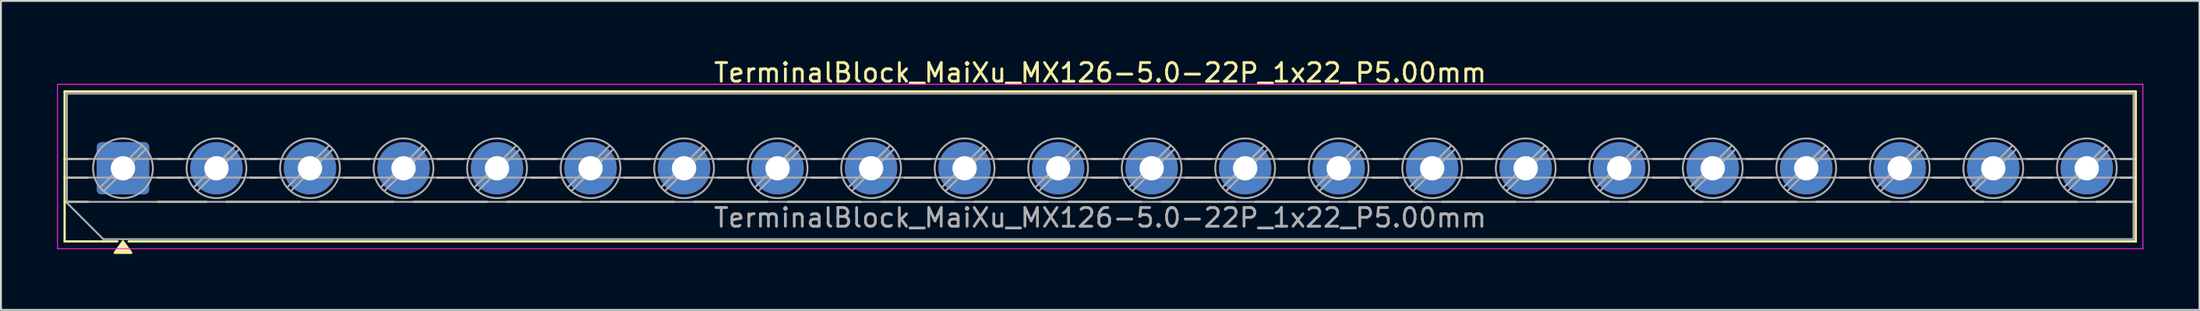
<source format=kicad_pcb>
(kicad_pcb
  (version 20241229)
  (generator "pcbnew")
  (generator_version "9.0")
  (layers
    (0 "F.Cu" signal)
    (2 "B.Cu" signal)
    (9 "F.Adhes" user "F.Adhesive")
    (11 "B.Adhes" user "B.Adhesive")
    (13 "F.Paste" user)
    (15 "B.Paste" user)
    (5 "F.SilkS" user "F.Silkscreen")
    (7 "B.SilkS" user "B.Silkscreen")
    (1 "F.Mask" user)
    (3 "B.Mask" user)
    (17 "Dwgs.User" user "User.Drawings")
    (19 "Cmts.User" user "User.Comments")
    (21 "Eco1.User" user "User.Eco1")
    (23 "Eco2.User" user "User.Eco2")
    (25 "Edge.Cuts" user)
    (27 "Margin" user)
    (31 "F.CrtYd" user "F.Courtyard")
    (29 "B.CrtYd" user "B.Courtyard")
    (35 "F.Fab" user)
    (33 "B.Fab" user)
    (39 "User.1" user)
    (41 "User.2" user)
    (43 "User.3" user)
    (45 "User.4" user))
  (footprint "TerminalBlock_MaiXu_MX126-5.0-22P_1x22_P5.00mm"
    (layer "F.Cu")
    (at 3.525 5.968)
    (property "Reference" "TerminalBlock_MaiXu_MX126-5.0-22P_1x22_P5.00mm" (at 52.25 -5.12 0) (layer "F.SilkS") (effects (font (size 1 1) (thickness 0.15))))
    (attr through_hole)
    (fp_line (start -3.12 -4.12) (end 107.62 -4.12) (stroke (width 0.12) (type solid)) (layer "F.SilkS"))
    (fp_line (start -3.12 -0.5) (end -1.88 -0.5) (stroke (width 0.12) (type solid)) (layer "F.SilkS"))
    (fp_line (start -3.12 0.5) (end -1.88 0.5) (stroke (width 0.12) (type solid)) (layer "F.SilkS"))
    (fp_line (start -3.12 1.8) (end -1.88 1.8) (stroke (width 0.12) (type solid)) (layer "F.SilkS"))
    (fp_line (start -3.12 3.92) (end -3.12 -4.12) (stroke (width 0.12) (type solid)) (layer "F.SilkS"))
    (fp_line (start -0.3 3.92) (end -3.12 3.92) (stroke (width 0.12) (type solid)) (layer "F.SilkS"))
    (fp_line (start 1.88 -0.5) (end 3.188 -0.5) (stroke (width 0.12) (type solid)) (layer "F.SilkS"))
    (fp_line (start 1.88 0.5) (end 3.188 0.5) (stroke (width 0.12) (type solid)) (layer "F.SilkS"))
    (fp_line (start 1.88 1.8) (end 4.457 1.8) (stroke (width 0.12) (type solid)) (layer "F.SilkS"))
    (fp_line (start 5.543 1.8) (end 9.457 1.8) (stroke (width 0.12) (type solid)) (layer "F.SilkS"))
    (fp_line (start 6.812 -0.5) (end 8.188 -0.5) (stroke (width 0.12) (type solid)) (layer "F.SilkS"))
    (fp_line (start 6.812 0.5) (end 8.188 0.5) (stroke (width 0.12) (type solid)) (layer "F.SilkS"))
    (fp_line (start 10.543 1.8) (end 14.457 1.8) (stroke (width 0.12) (type solid)) (layer "F.SilkS"))
    (fp_line (start 11.812 -0.5) (end 13.188 -0.5) (stroke (width 0.12) (type solid)) (layer "F.SilkS"))
    (fp_line (start 11.812 0.5) (end 13.188 0.5) (stroke (width 0.12) (type solid)) (layer "F.SilkS"))
    (fp_line (start 15.543 1.8) (end 19.457 1.8) (stroke (width 0.12) (type solid)) (layer "F.SilkS"))
    (fp_line (start 16.812 -0.5) (end 18.188 -0.5) (stroke (width 0.12) (type solid)) (layer "F.SilkS"))
    (fp_line (start 16.812 0.5) (end 18.188 0.5) (stroke (width 0.12) (type solid)) (layer "F.SilkS"))
    (fp_line (start 20.543 1.8) (end 24.457 1.8) (stroke (width 0.12) (type solid)) (layer "F.SilkS"))
    (fp_line (start 21.812 -0.5) (end 23.188 -0.5) (stroke (width 0.12) (type solid)) (layer "F.SilkS"))
    (fp_line (start 21.812 0.5) (end 23.188 0.5) (stroke (width 0.12) (type solid)) (layer "F.SilkS"))
    (fp_line (start 25.543 1.8) (end 29.457 1.8) (stroke (width 0.12) (type solid)) (layer "F.SilkS"))
    (fp_line (start 26.812 -0.5) (end 28.188 -0.5) (stroke (width 0.12) (type solid)) (layer "F.SilkS"))
    (fp_line (start 26.812 0.5) (end 28.188 0.5) (stroke (width 0.12) (type solid)) (layer "F.SilkS"))
    (fp_line (start 30.543 1.8) (end 34.457 1.8) (stroke (width 0.12) (type solid)) (layer "F.SilkS"))
    (fp_line (start 31.812 -0.5) (end 33.188 -0.5) (stroke (width 0.12) (type solid)) (layer "F.SilkS"))
    (fp_line (start 31.812 0.5) (end 33.188 0.5) (stroke (width 0.12) (type solid)) (layer "F.SilkS"))
    (fp_line (start 35.543 1.8) (end 39.457 1.8) (stroke (width 0.12) (type solid)) (layer "F.SilkS"))
    (fp_line (start 36.812 -0.5) (end 38.188 -0.5) (stroke (width 0.12) (type solid)) (layer "F.SilkS"))
    (fp_line (start 36.812 0.5) (end 38.188 0.5) (stroke (width 0.12) (type solid)) (layer "F.SilkS"))
    (fp_line (start 40.543 1.8) (end 44.457 1.8) (stroke (width 0.12) (type solid)) (layer "F.SilkS"))
    (fp_line (start 41.812 -0.5) (end 43.188 -0.5) (stroke (width 0.12) (type solid)) (layer "F.SilkS"))
    (fp_line (start 41.812 0.5) (end 43.188 0.5) (stroke (width 0.12) (type solid)) (layer "F.SilkS"))
    (fp_line (start 45.543 1.8) (end 49.457 1.8) (stroke (width 0.12) (type solid)) (layer "F.SilkS"))
    (fp_line (start 46.812 -0.5) (end 48.188 -0.5) (stroke (width 0.12) (type solid)) (layer "F.SilkS"))
    (fp_line (start 46.812 0.5) (end 48.188 0.5) (stroke (width 0.12) (type solid)) (layer "F.SilkS"))
    (fp_line (start 50.543 1.8) (end 54.457 1.8) (stroke (width 0.12) (type solid)) (layer "F.SilkS"))
    (fp_line (start 51.812 -0.5) (end 53.188 -0.5) (stroke (width 0.12) (type solid)) (layer "F.SilkS"))
    (fp_line (start 51.812 0.5) (end 53.188 0.5) (stroke (width 0.12) (type solid)) (layer "F.SilkS"))
    (fp_line (start 55.543 1.8) (end 59.457 1.8) (stroke (width 0.12) (type solid)) (layer "F.SilkS"))
    (fp_line (start 56.812 -0.5) (end 58.188 -0.5) (stroke (width 0.12) (type solid)) (layer "F.SilkS"))
    (fp_line (start 56.812 0.5) (end 58.188 0.5) (stroke (width 0.12) (type solid)) (layer "F.SilkS"))
    (fp_line (start 60.543 1.8) (end 64.457 1.8) (stroke (width 0.12) (type solid)) (layer "F.SilkS"))
    (fp_line (start 61.812 -0.5) (end 63.188 -0.5) (stroke (width 0.12) (type solid)) (layer "F.SilkS"))
    (fp_line (start 61.812 0.5) (end 63.188 0.5) (stroke (width 0.12) (type solid)) (layer "F.SilkS"))
    (fp_line (start 65.543 1.8) (end 69.457 1.8) (stroke (width 0.12) (type solid)) (layer "F.SilkS"))
    (fp_line (start 66.812 -0.5) (end 68.188 -0.5) (stroke (width 0.12) (type solid)) (layer "F.SilkS"))
    (fp_line (start 66.812 0.5) (end 68.188 0.5) (stroke (width 0.12) (type solid)) (layer "F.SilkS"))
    (fp_line (start 70.543 1.8) (end 74.457 1.8) (stroke (width 0.12) (type solid)) (layer "F.SilkS"))
    (fp_line (start 71.812 -0.5) (end 73.188 -0.5) (stroke (width 0.12) (type solid)) (layer "F.SilkS"))
    (fp_line (start 71.812 0.5) (end 73.188 0.5) (stroke (width 0.12) (type solid)) (layer "F.SilkS"))
    (fp_line (start 75.543 1.8) (end 79.457 1.8) (stroke (width 0.12) (type solid)) (layer "F.SilkS"))
    (fp_line (start 76.812 -0.5) (end 78.188 -0.5) (stroke (width 0.12) (type solid)) (layer "F.SilkS"))
    (fp_line (start 76.812 0.5) (end 78.188 0.5) (stroke (width 0.12) (type solid)) (layer "F.SilkS"))
    (fp_line (start 80.543 1.8) (end 84.457 1.8) (stroke (width 0.12) (type solid)) (layer "F.SilkS"))
    (fp_line (start 81.812 -0.5) (end 83.188 -0.5) (stroke (width 0.12) (type solid)) (layer "F.SilkS"))
    (fp_line (start 81.812 0.5) (end 83.188 0.5) (stroke (width 0.12) (type solid)) (layer "F.SilkS"))
    (fp_line (start 85.543 1.8) (end 89.457 1.8) (stroke (width 0.12) (type solid)) (layer "F.SilkS"))
    (fp_line (start 86.812 -0.5) (end 88.188 -0.5) (stroke (width 0.12) (type solid)) (layer "F.SilkS"))
    (fp_line (start 86.812 0.5) (end 88.188 0.5) (stroke (width 0.12) (type solid)) (layer "F.SilkS"))
    (fp_line (start 90.543 1.8) (end 94.457 1.8) (stroke (width 0.12) (type solid)) (layer "F.SilkS"))
    (fp_line (start 91.812 -0.5) (end 93.188 -0.5) (stroke (width 0.12) (type solid)) (layer "F.SilkS"))
    (fp_line (start 91.812 0.5) (end 93.188 0.5) (stroke (width 0.12) (type solid)) (layer "F.SilkS"))
    (fp_line (start 95.543 1.8) (end 99.457 1.8) (stroke (width 0.12) (type solid)) (layer "F.SilkS"))
    (fp_line (start 96.812 -0.5) (end 98.188 -0.5) (stroke (width 0.12) (type solid)) (layer "F.SilkS"))
    (fp_line (start 96.812 0.5) (end 98.188 0.5) (stroke (width 0.12) (type solid)) (layer "F.SilkS"))
    (fp_line (start 100.543 1.8) (end 104.457 1.8) (stroke (width 0.12) (type solid)) (layer "F.SilkS"))
    (fp_line (start 101.812 -0.5) (end 103.188 -0.5) (stroke (width 0.12) (type solid)) (layer "F.SilkS"))
    (fp_line (start 101.812 0.5) (end 103.188 0.5) (stroke (width 0.12) (type solid)) (layer "F.SilkS"))
    (fp_line (start 105.543 1.8) (end 107.62 1.8) (stroke (width 0.12) (type solid)) (layer "F.SilkS"))
    (fp_line (start 106.812 -0.5) (end 107.62 -0.5) (stroke (width 0.12) (type solid)) (layer "F.SilkS"))
    (fp_line (start 106.812 0.5) (end 107.62 0.5) (stroke (width 0.12) (type solid)) (layer "F.SilkS"))
    (fp_line (start 107.62 -4.12) (end 107.62 3.92) (stroke (width 0.12) (type solid)) (layer "F.SilkS"))
    (fp_line (start 107.62 3.92) (end 0.3 3.92) (stroke (width 0.12) (type solid)) (layer "F.SilkS"))
    (fp_poly (pts (xy 0 3.92) (xy 0.44 4.53) (xy -0.44 4.53)) (stroke (width 0.12) (type solid)) (fill yes) (layer "F.SilkS"))
    (fp_line (start -3.5 -4.5) (end -3.5 4.31) (stroke (width 0.05) (type solid)) (layer "F.CrtYd"))
    (fp_line (start -3.5 4.31) (end 108 4.31) (stroke (width 0.05) (type solid)) (layer "F.CrtYd"))
    (fp_line (start 108 -4.5) (end -3.5 -4.5) (stroke (width 0.05) (type solid)) (layer "F.CrtYd"))
    (fp_line (start 108 4.31) (end 108 -4.5) (stroke (width 0.05) (type solid)) (layer "F.CrtYd"))
    (fp_line (start -3 -4) (end 107.5 -4) (stroke (width 0.1) (type solid)) (layer "F.Fab"))
    (fp_line (start -3 -0.5) (end 107.5 -0.5) (stroke (width 0.1) (type solid)) (layer "F.Fab"))
    (fp_line (start -3 0.5) (end 107.5 0.5) (stroke (width 0.1) (type solid)) (layer "F.Fab"))
    (fp_line (start -3 1.8) (end 107.5 1.8) (stroke (width 0.1) (type solid)) (layer "F.Fab"))
    (fp_line (start -3 1.85) (end -3 -4) (stroke (width 0.1) (type solid)) (layer "F.Fab"))
    (fp_line (start -1.05 3.8) (end -3 1.85) (stroke (width 0.1) (type solid)) (layer "F.Fab"))
    (fp_line (start 1.018 -1.213) (end -1.213 1.018) (stroke (width 0.1) (type solid)) (layer "F.Fab"))
    (fp_line (start 1.213 -1.018) (end -1.018 1.213) (stroke (width 0.1) (type solid)) (layer "F.Fab"))
    (fp_line (start 6.018 -1.213) (end 3.787 1.018) (stroke (width 0.1) (type solid)) (layer "F.Fab"))
    (fp_line (start 6.213 -1.018) (end 3.982 1.213) (stroke (width 0.1) (type solid)) (layer "F.Fab"))
    (fp_line (start 11.018 -1.213) (end 8.787 1.018) (stroke (width 0.1) (type solid)) (layer "F.Fab"))
    (fp_line (start 11.213 -1.018) (end 8.982 1.213) (stroke (width 0.1) (type solid)) (layer "F.Fab"))
    (fp_line (start 16.018 -1.213) (end 13.787 1.018) (stroke (width 0.1) (type solid)) (layer "F.Fab"))
    (fp_line (start 16.213 -1.018) (end 13.982 1.213) (stroke (width 0.1) (type solid)) (layer "F.Fab"))
    (fp_line (start 21.018 -1.213) (end 18.787 1.018) (stroke (width 0.1) (type solid)) (layer "F.Fab"))
    (fp_line (start 21.213 -1.018) (end 18.982 1.213) (stroke (width 0.1) (type solid)) (layer "F.Fab"))
    (fp_line (start 26.018 -1.213) (end 23.787 1.018) (stroke (width 0.1) (type solid)) (layer "F.Fab"))
    (fp_line (start 26.213 -1.018) (end 23.982 1.213) (stroke (width 0.1) (type solid)) (layer "F.Fab"))
    (fp_line (start 31.018 -1.213) (end 28.787 1.018) (stroke (width 0.1) (type solid)) (layer "F.Fab"))
    (fp_line (start 31.213 -1.018) (end 28.982 1.213) (stroke (width 0.1) (type solid)) (layer "F.Fab"))
    (fp_line (start 36.018 -1.213) (end 33.787 1.018) (stroke (width 0.1) (type solid)) (layer "F.Fab"))
    (fp_line (start 36.213 -1.018) (end 33.982 1.213) (stroke (width 0.1) (type solid)) (layer "F.Fab"))
    (fp_line (start 41.018 -1.213) (end 38.787 1.018) (stroke (width 0.1) (type solid)) (layer "F.Fab"))
    (fp_line (start 41.213 -1.018) (end 38.982 1.213) (stroke (width 0.1) (type solid)) (layer "F.Fab"))
    (fp_line (start 46.018 -1.213) (end 43.787 1.018) (stroke (width 0.1) (type solid)) (layer "F.Fab"))
    (fp_line (start 46.213 -1.018) (end 43.982 1.213) (stroke (width 0.1) (type solid)) (layer "F.Fab"))
    (fp_line (start 51.018 -1.213) (end 48.787 1.018) (stroke (width 0.1) (type solid)) (layer "F.Fab"))
    (fp_line (start 51.213 -1.018) (end 48.982 1.213) (stroke (width 0.1) (type solid)) (layer "F.Fab"))
    (fp_line (start 56.018 -1.213) (end 53.787 1.018) (stroke (width 0.1) (type solid)) (layer "F.Fab"))
    (fp_line (start 56.213 -1.018) (end 53.982 1.213) (stroke (width 0.1) (type solid)) (layer "F.Fab"))
    (fp_line (start 61.018 -1.213) (end 58.787 1.018) (stroke (width 0.1) (type solid)) (layer "F.Fab"))
    (fp_line (start 61.213 -1.018) (end 58.982 1.213) (stroke (width 0.1) (type solid)) (layer "F.Fab"))
    (fp_line (start 66.018 -1.213) (end 63.787 1.018) (stroke (width 0.1) (type solid)) (layer "F.Fab"))
    (fp_line (start 66.213 -1.018) (end 63.982 1.213) (stroke (width 0.1) (type solid)) (layer "F.Fab"))
    (fp_line (start 71.018 -1.213) (end 68.787 1.018) (stroke (width 0.1) (type solid)) (layer "F.Fab"))
    (fp_line (start 71.213 -1.018) (end 68.982 1.213) (stroke (width 0.1) (type solid)) (layer "F.Fab"))
    (fp_line (start 76.018 -1.213) (end 73.787 1.018) (stroke (width 0.1) (type solid)) (layer "F.Fab"))
    (fp_line (start 76.213 -1.018) (end 73.982 1.213) (stroke (width 0.1) (type solid)) (layer "F.Fab"))
    (fp_line (start 81.018 -1.213) (end 78.787 1.018) (stroke (width 0.1) (type solid)) (layer "F.Fab"))
    (fp_line (start 81.213 -1.018) (end 78.982 1.213) (stroke (width 0.1) (type solid)) (layer "F.Fab"))
    (fp_line (start 86.018 -1.213) (end 83.787 1.018) (stroke (width 0.1) (type solid)) (layer "F.Fab"))
    (fp_line (start 86.213 -1.018) (end 83.982 1.213) (stroke (width 0.1) (type solid)) (layer "F.Fab"))
    (fp_line (start 91.018 -1.213) (end 88.787 1.018) (stroke (width 0.1) (type solid)) (layer "F.Fab"))
    (fp_line (start 91.213 -1.018) (end 88.982 1.213) (stroke (width 0.1) (type solid)) (layer "F.Fab"))
    (fp_line (start 96.018 -1.213) (end 93.787 1.018) (stroke (width 0.1) (type solid)) (layer "F.Fab"))
    (fp_line (start 96.213 -1.018) (end 93.982 1.213) (stroke (width 0.1) (type solid)) (layer "F.Fab"))
    (fp_line (start 101.018 -1.213) (end 98.787 1.018) (stroke (width 0.1) (type solid)) (layer "F.Fab"))
    (fp_line (start 101.213 -1.018) (end 98.982 1.213) (stroke (width 0.1) (type solid)) (layer "F.Fab"))
    (fp_line (start 106.018 -1.213) (end 103.787 1.018) (stroke (width 0.1) (type solid)) (layer "F.Fab"))
    (fp_line (start 106.213 -1.018) (end 103.982 1.213) (stroke (width 0.1) (type solid)) (layer "F.Fab"))
    (fp_line (start 107.5 -4) (end 107.5 3.8) (stroke (width 0.1) (type solid)) (layer "F.Fab"))
    (fp_line (start 107.5 3.8) (end -1.05 3.8) (stroke (width 0.1) (type solid)) (layer "F.Fab"))
    (fp_circle (center 0 0) (end 1.6 0) (stroke (width 0.1) (type solid)) (fill no) (layer "F.Fab"))
    (fp_circle (center 5 0) (end 6.6 0) (stroke (width 0.1) (type solid)) (fill no) (layer "F.Fab"))
    (fp_circle (center 10 0) (end 11.6 0) (stroke (width 0.1) (type solid)) (fill no) (layer "F.Fab"))
    (fp_circle (center 15 0) (end 16.6 0) (stroke (width 0.1) (type solid)) (fill no) (layer "F.Fab"))
    (fp_circle (center 20 0) (end 21.6 0) (stroke (width 0.1) (type solid)) (fill no) (layer "F.Fab"))
    (fp_circle (center 25 0) (end 26.6 0) (stroke (width 0.1) (type solid)) (fill no) (layer "F.Fab"))
    (fp_circle (center 30 0) (end 31.6 0) (stroke (width 0.1) (type solid)) (fill no) (layer "F.Fab"))
    (fp_circle (center 35 0) (end 36.6 0) (stroke (width 0.1) (type solid)) (fill no) (layer "F.Fab"))
    (fp_circle (center 40 0) (end 41.6 0) (stroke (width 0.1) (type solid)) (fill no) (layer "F.Fab"))
    (fp_circle (center 45 0) (end 46.6 0) (stroke (width 0.1) (type solid)) (fill no) (layer "F.Fab"))
    (fp_circle (center 50 0) (end 51.6 0) (stroke (width 0.1) (type solid)) (fill no) (layer "F.Fab"))
    (fp_circle (center 55 0) (end 56.6 0) (stroke (width 0.1) (type solid)) (fill no) (layer "F.Fab"))
    (fp_circle (center 60 0) (end 61.6 0) (stroke (width 0.1) (type solid)) (fill no) (layer "F.Fab"))
    (fp_circle (center 65 0) (end 66.6 0) (stroke (width 0.1) (type solid)) (fill no) (layer "F.Fab"))
    (fp_circle (center 70 0) (end 71.6 0) (stroke (width 0.1) (type solid)) (fill no) (layer "F.Fab"))
    (fp_circle (center 75 0) (end 76.6 0) (stroke (width 0.1) (type solid)) (fill no) (layer "F.Fab"))
    (fp_circle (center 80 0) (end 81.6 0) (stroke (width 0.1) (type solid)) (fill no) (layer "F.Fab"))
    (fp_circle (center 85 0) (end 86.6 0) (stroke (width 0.1) (type solid)) (fill no) (layer "F.Fab"))
    (fp_circle (center 90 0) (end 91.6 0) (stroke (width 0.1) (type solid)) (fill no) (layer "F.Fab"))
    (fp_circle (center 95 0) (end 96.6 0) (stroke (width 0.1) (type solid)) (fill no) (layer "F.Fab"))
    (fp_circle (center 100 0) (end 101.6 0) (stroke (width 0.1) (type solid)) (fill no) (layer "F.Fab"))
    (fp_circle (center 105 0) (end 106.6 0) (stroke (width 0.1) (type solid)) (fill no) (layer "F.Fab"))
    (fp_text user "${REFERENCE}" (at 52.25 2.65 0) (layer "F.Fab") (effects (font (size 1 1) (thickness 0.15))))
    (pad "1" thru_hole roundrect (at 0 0) (size 2.8 2.8) (drill 1.3) (layers "*.Cu" "*.Mask") (roundrect_rratio 0.089))
    (pad "2" thru_hole circle (at 5 0) (size 2.8 2.8) (drill 1.3) (layers "*.Cu" "*.Mask"))
    (pad "3" thru_hole circle (at 10 0) (size 2.8 2.8) (drill 1.3) (layers "*.Cu" "*.Mask"))
    (pad "4" thru_hole circle (at 15 0) (size 2.8 2.8) (drill 1.3) (layers "*.Cu" "*.Mask"))
    (pad "5" thru_hole circle (at 20 0) (size 2.8 2.8) (drill 1.3) (layers "*.Cu" "*.Mask"))
    (pad "6" thru_hole circle (at 25 0) (size 2.8 2.8) (drill 1.3) (layers "*.Cu" "*.Mask"))
    (pad "7" thru_hole circle (at 30 0) (size 2.8 2.8) (drill 1.3) (layers "*.Cu" "*.Mask"))
    (pad "8" thru_hole circle (at 35 0) (size 2.8 2.8) (drill 1.3) (layers "*.Cu" "*.Mask"))
    (pad "9" thru_hole circle (at 40 0) (size 2.8 2.8) (drill 1.3) (layers "*.Cu" "*.Mask"))
    (pad "10" thru_hole circle (at 45 0) (size 2.8 2.8) (drill 1.3) (layers "*.Cu" "*.Mask"))
    (pad "11" thru_hole circle (at 50 0) (size 2.8 2.8) (drill 1.3) (layers "*.Cu" "*.Mask"))
    (pad "12" thru_hole circle (at 55 0) (size 2.8 2.8) (drill 1.3) (layers "*.Cu" "*.Mask"))
    (pad "13" thru_hole circle (at 60 0) (size 2.8 2.8) (drill 1.3) (layers "*.Cu" "*.Mask"))
    (pad "14" thru_hole circle (at 65 0) (size 2.8 2.8) (drill 1.3) (layers "*.Cu" "*.Mask"))
    (pad "15" thru_hole circle (at 70 0) (size 2.8 2.8) (drill 1.3) (layers "*.Cu" "*.Mask"))
    (pad "16" thru_hole circle (at 75 0) (size 2.8 2.8) (drill 1.3) (layers "*.Cu" "*.Mask"))
    (pad "17" thru_hole circle (at 80 0) (size 2.8 2.8) (drill 1.3) (layers "*.Cu" "*.Mask"))
    (pad "18" thru_hole circle (at 85 0) (size 2.8 2.8) (drill 1.3) (layers "*.Cu" "*.Mask"))
    (pad "19" thru_hole circle (at 90 0) (size 2.8 2.8) (drill 1.3) (layers "*.Cu" "*.Mask"))
    (pad "20" thru_hole circle (at 95 0) (size 2.8 2.8) (drill 1.3) (layers "*.Cu" "*.Mask"))
    (pad "21" thru_hole circle (at 100 0) (size 2.8 2.8) (drill 1.3) (layers "*.Cu" "*.Mask"))
    (pad "22" thru_hole circle (at 105 0) (size 2.8 2.8) (drill 1.3) (layers "*.Cu" "*.Mask")))
  (gr_rect
    (start -3 -3)
    (end 114.55 13.558)
    (stroke (width 0.1) (type default))
    (fill no)
    (layer "Edge.Cuts")))
</source>
